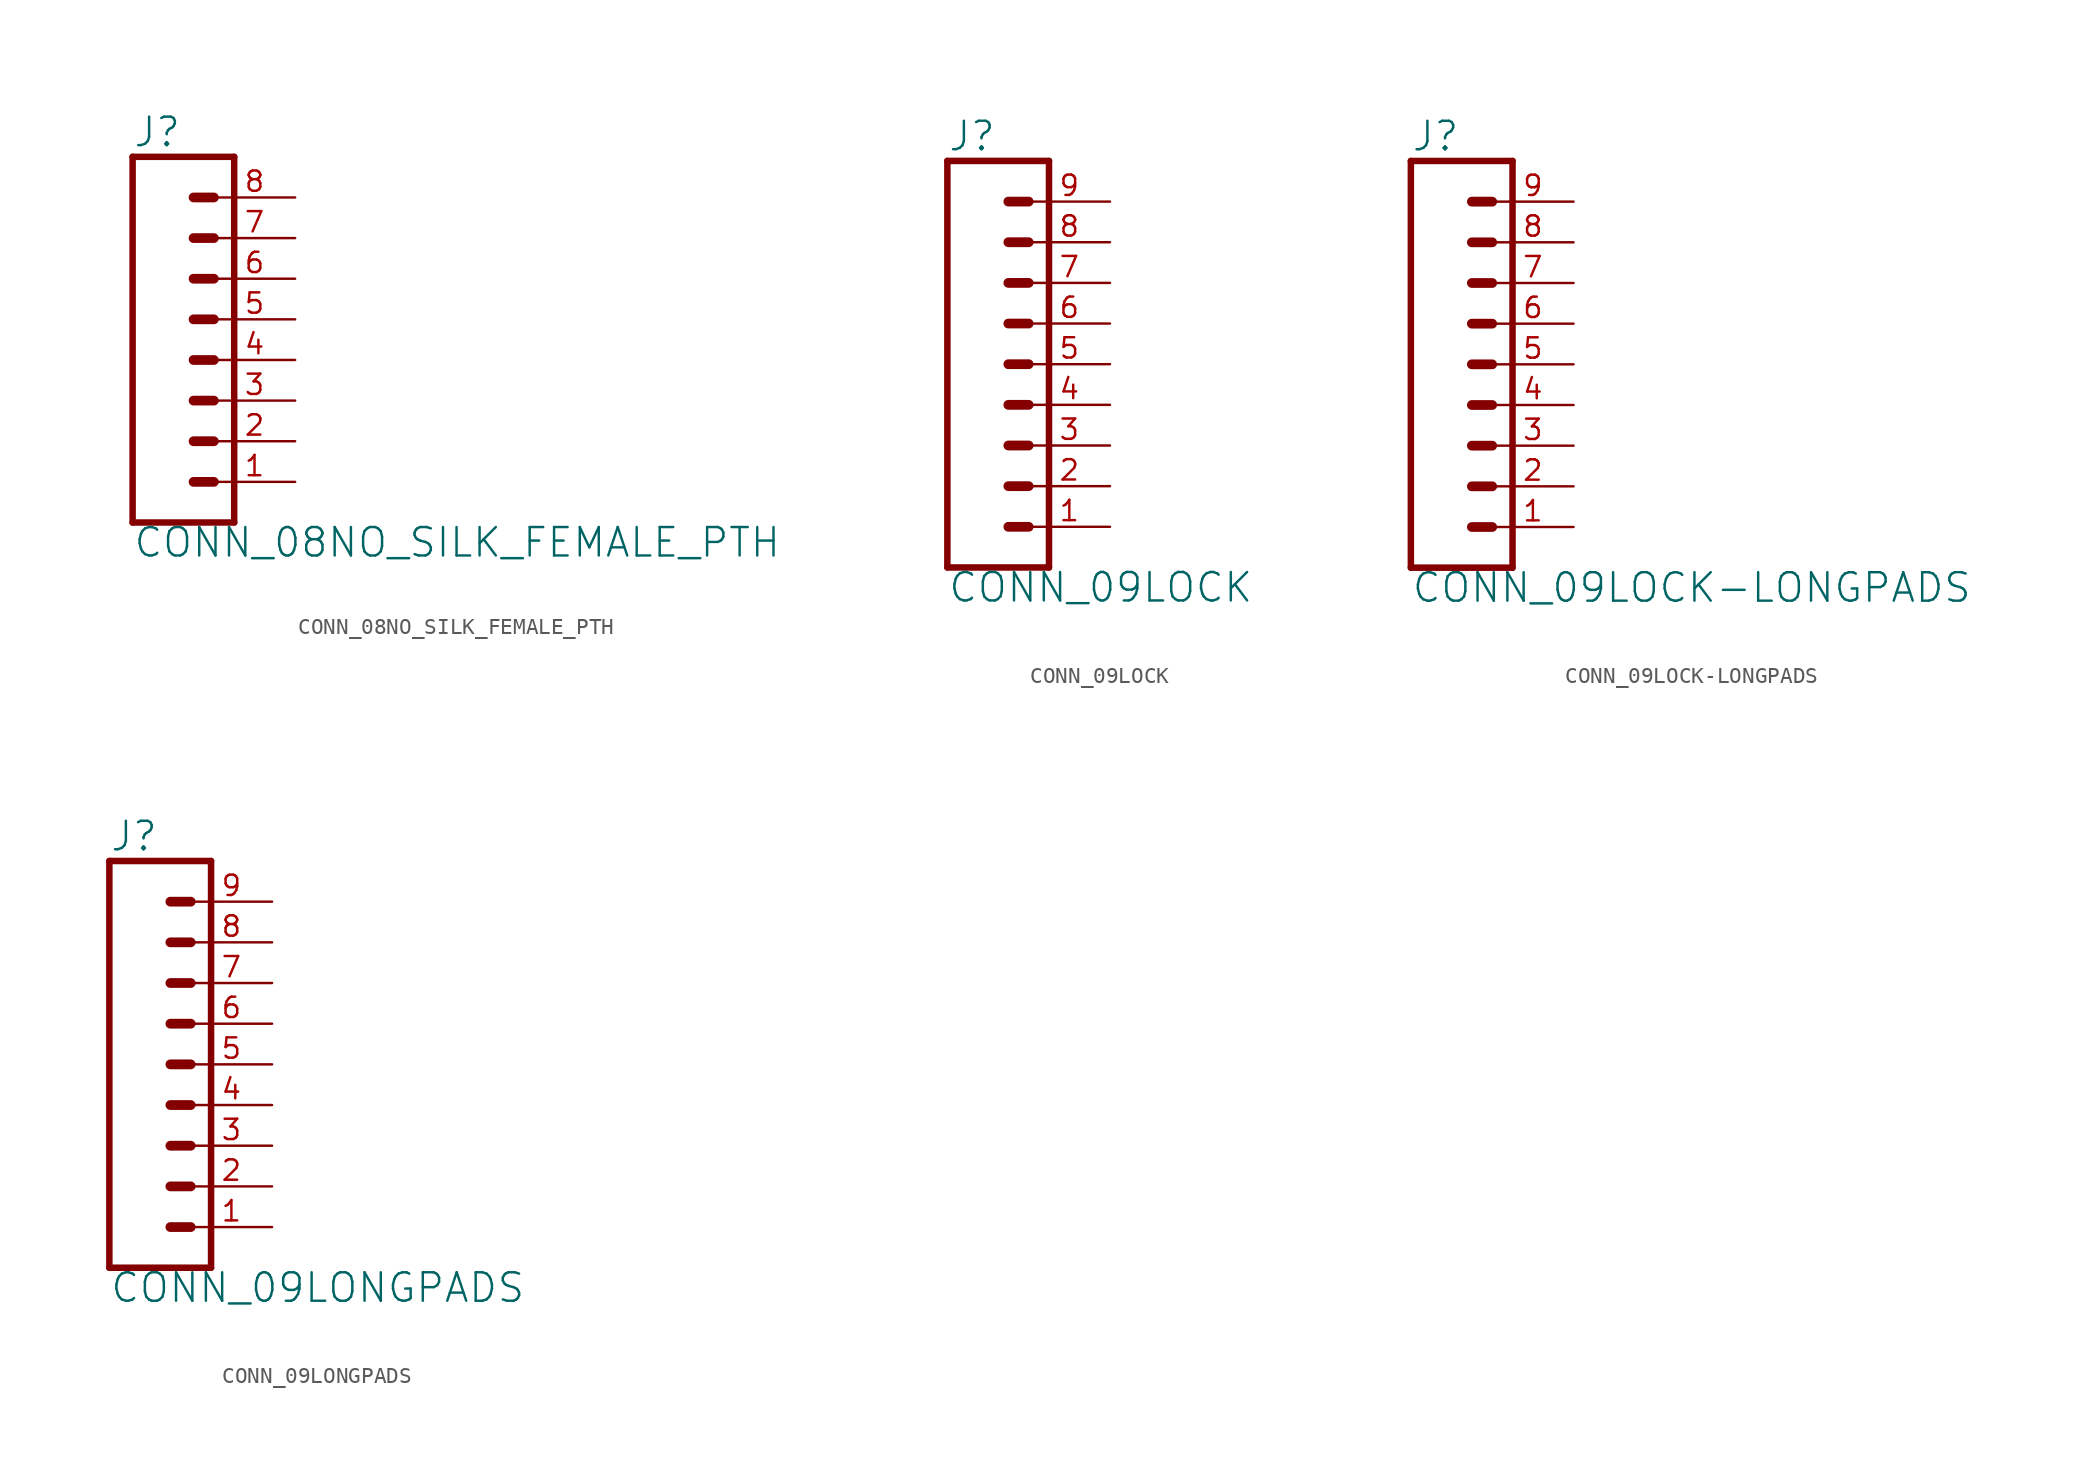
<source format=kicad_sym>
(kicad_symbol_lib
  (version 20211014)
  (generator kicad_symbol_editor)
  (symbol "CONN_08NO_SILK_FEMALE_PTH"
    (property "Reference" "J"
      (at -5.08 13.208 0)
      (effects (font (size 1.778 1.778)) (justify left bottom)))
    (property "Value" "CONN_08NO_SILK_FEMALE_PTH"
      (at -5.08 -12.446 0)
      (effects (font (size 1.778 1.778)) (justify left bottom)))
    (property "ki_locked" ""
      (at 0 0 0)
      (effects (font (size 1.27 1.27))))
    (symbol "CONN_08NO_SILK_FEMALE_PTH_1_0"
      (polyline (pts (xy -5.08 12.7) (xy -5.08 -10.16)) (stroke (width 0.406) (type default) (color 0 0 0 0)) (fill (type none)))
      (polyline (pts (xy -5.08 12.7) (xy 1.27 12.7)) (stroke (width 0.406) (type default) (color 0 0 0 0)) (fill (type none)))
      (polyline (pts (xy -1.27 -7.62) (xy 0 -7.62)) (stroke (width 0.61) (type default) (color 0 0 0 0)) (fill (type none)))
      (polyline (pts (xy -1.27 -5.08) (xy 0 -5.08)) (stroke (width 0.61) (type default) (color 0 0 0 0)) (fill (type none)))
      (polyline (pts (xy -1.27 -2.54) (xy 0 -2.54)) (stroke (width 0.61) (type default) (color 0 0 0 0)) (fill (type none)))
      (polyline (pts (xy -1.27 0) (xy 0 0)) (stroke (width 0.61) (type default) (color 0 0 0 0)) (fill (type none)))
      (polyline (pts (xy -1.27 2.54) (xy 0 2.54)) (stroke (width 0.61) (type default) (color 0 0 0 0)) (fill (type none)))
      (polyline (pts (xy -1.27 5.08) (xy 0 5.08)) (stroke (width 0.61) (type default) (color 0 0 0 0)) (fill (type none)))
      (polyline (pts (xy -1.27 7.62) (xy 0 7.62)) (stroke (width 0.61) (type default) (color 0 0 0 0)) (fill (type none)))
      (polyline (pts (xy -1.27 10.16) (xy 0 10.16)) (stroke (width 0.61) (type default) (color 0 0 0 0)) (fill (type none)))
      (polyline (pts (xy 1.27 -10.16) (xy -5.08 -10.16)) (stroke (width 0.406) (type default) (color 0 0 0 0)) (fill (type none)))
      (polyline (pts (xy 1.27 -10.16) (xy 1.27 12.7)) (stroke (width 0.406) (type default) (color 0 0 0 0)) (fill (type none)))
      (pin passive line (at 5.08 -7.62 180) (length 5.08) (name "1" (effects (font (size 0 0)))) (number "1" (effects (font (size 1.27 1.27)))))
      (pin passive line (at 5.08 -5.08 180) (length 5.08) (name "2" (effects (font (size 0 0)))) (number "2" (effects (font (size 1.27 1.27)))))
      (pin passive line (at 5.08 -2.54 180) (length 5.08) (name "3" (effects (font (size 0 0)))) (number "3" (effects (font (size 1.27 1.27)))))
      (pin passive line (at 5.08 0 180) (length 5.08) (name "4" (effects (font (size 0 0)))) (number "4" (effects (font (size 1.27 1.27)))))
      (pin passive line (at 5.08 2.54 180) (length 5.08) (name "5" (effects (font (size 0 0)))) (number "5" (effects (font (size 1.27 1.27)))))
      (pin passive line (at 5.08 5.08 180) (length 5.08) (name "6" (effects (font (size 0 0)))) (number "6" (effects (font (size 1.27 1.27)))))
      (pin passive line (at 5.08 7.62 180) (length 5.08) (name "7" (effects (font (size 0 0)))) (number "7" (effects (font (size 1.27 1.27)))))
      (pin passive line (at 5.08 10.16 180) (length 5.08) (name "8" (effects (font (size 0 0)))) (number "8" (effects (font (size 1.27 1.27)))))))
  (symbol "CONN_09LOCK"
    (property "Reference" "J"
      (at 0 13.208 0)
      (effects (font (size 1.778 1.778)) (justify left bottom)))
    (property "Value" "CONN_09LOCK"
      (at 0 -14.986 0)
      (effects (font (size 1.778 1.778)) (justify left bottom)))
    (property "ki_locked" ""
      (at 0 0 0)
      (effects (font (size 1.27 1.27))))
    (symbol "CONN_09LOCK_1_0"
      (polyline (pts (xy 0 12.7) (xy 0 -12.7)) (stroke (width 0.406) (type default) (color 0 0 0 0)) (fill (type none)))
      (polyline (pts (xy 0 12.7) (xy 6.35 12.7)) (stroke (width 0.406) (type default) (color 0 0 0 0)) (fill (type none)))
      (polyline (pts (xy 3.81 -10.16) (xy 5.08 -10.16)) (stroke (width 0.61) (type default) (color 0 0 0 0)) (fill (type none)))
      (polyline (pts (xy 3.81 -7.62) (xy 5.08 -7.62)) (stroke (width 0.61) (type default) (color 0 0 0 0)) (fill (type none)))
      (polyline (pts (xy 3.81 -5.08) (xy 5.08 -5.08)) (stroke (width 0.61) (type default) (color 0 0 0 0)) (fill (type none)))
      (polyline (pts (xy 3.81 -2.54) (xy 5.08 -2.54)) (stroke (width 0.61) (type default) (color 0 0 0 0)) (fill (type none)))
      (polyline (pts (xy 3.81 0) (xy 5.08 0)) (stroke (width 0.61) (type default) (color 0 0 0 0)) (fill (type none)))
      (polyline (pts (xy 3.81 2.54) (xy 5.08 2.54)) (stroke (width 0.61) (type default) (color 0 0 0 0)) (fill (type none)))
      (polyline (pts (xy 3.81 5.08) (xy 5.08 5.08)) (stroke (width 0.61) (type default) (color 0 0 0 0)) (fill (type none)))
      (polyline (pts (xy 3.81 7.62) (xy 5.08 7.62)) (stroke (width 0.61) (type default) (color 0 0 0 0)) (fill (type none)))
      (polyline (pts (xy 3.81 10.16) (xy 5.08 10.16)) (stroke (width 0.61) (type default) (color 0 0 0 0)) (fill (type none)))
      (polyline (pts (xy 6.35 -12.7) (xy 0 -12.7)) (stroke (width 0.406) (type default) (color 0 0 0 0)) (fill (type none)))
      (polyline (pts (xy 6.35 -12.7) (xy 6.35 12.7)) (stroke (width 0.406) (type default) (color 0 0 0 0)) (fill (type none)))
      (pin passive line (at 10.16 -10.16 180) (length 5.08) (name "1" (effects (font (size 0 0)))) (number "1" (effects (font (size 1.27 1.27)))))
      (pin passive line (at 10.16 -7.62 180) (length 5.08) (name "2" (effects (font (size 0 0)))) (number "2" (effects (font (size 1.27 1.27)))))
      (pin passive line (at 10.16 -5.08 180) (length 5.08) (name "3" (effects (font (size 0 0)))) (number "3" (effects (font (size 1.27 1.27)))))
      (pin passive line (at 10.16 -2.54 180) (length 5.08) (name "4" (effects (font (size 0 0)))) (number "4" (effects (font (size 1.27 1.27)))))
      (pin passive line (at 10.16 0 180) (length 5.08) (name "5" (effects (font (size 0 0)))) (number "5" (effects (font (size 1.27 1.27)))))
      (pin passive line (at 10.16 2.54 180) (length 5.08) (name "6" (effects (font (size 0 0)))) (number "6" (effects (font (size 1.27 1.27)))))
      (pin passive line (at 10.16 5.08 180) (length 5.08) (name "7" (effects (font (size 0 0)))) (number "7" (effects (font (size 1.27 1.27)))))
      (pin passive line (at 10.16 7.62 180) (length 5.08) (name "8" (effects (font (size 0 0)))) (number "8" (effects (font (size 1.27 1.27)))))
      (pin passive line (at 10.16 10.16 180) (length 5.08) (name "9" (effects (font (size 0 0)))) (number "9" (effects (font (size 1.27 1.27)))))))
  (symbol "CONN_09LOCK-LONGPADS"
    (property "Reference" "J"
      (at 0 13.208 0)
      (effects (font (size 1.778 1.778)) (justify left bottom)))
    (property "Value" "CONN_09LOCK-LONGPADS"
      (at 0 -14.986 0)
      (effects (font (size 1.778 1.778)) (justify left bottom)))
    (property "ki_locked" ""
      (at 0 0 0)
      (effects (font (size 1.27 1.27))))
    (symbol "CONN_09LOCK-LONGPADS_1_0"
      (polyline (pts (xy 0 12.7) (xy 0 -12.7)) (stroke (width 0.406) (type default) (color 0 0 0 0)) (fill (type none)))
      (polyline (pts (xy 0 12.7) (xy 6.35 12.7)) (stroke (width 0.406) (type default) (color 0 0 0 0)) (fill (type none)))
      (polyline (pts (xy 3.81 -10.16) (xy 5.08 -10.16)) (stroke (width 0.61) (type default) (color 0 0 0 0)) (fill (type none)))
      (polyline (pts (xy 3.81 -7.62) (xy 5.08 -7.62)) (stroke (width 0.61) (type default) (color 0 0 0 0)) (fill (type none)))
      (polyline (pts (xy 3.81 -5.08) (xy 5.08 -5.08)) (stroke (width 0.61) (type default) (color 0 0 0 0)) (fill (type none)))
      (polyline (pts (xy 3.81 -2.54) (xy 5.08 -2.54)) (stroke (width 0.61) (type default) (color 0 0 0 0)) (fill (type none)))
      (polyline (pts (xy 3.81 0) (xy 5.08 0)) (stroke (width 0.61) (type default) (color 0 0 0 0)) (fill (type none)))
      (polyline (pts (xy 3.81 2.54) (xy 5.08 2.54)) (stroke (width 0.61) (type default) (color 0 0 0 0)) (fill (type none)))
      (polyline (pts (xy 3.81 5.08) (xy 5.08 5.08)) (stroke (width 0.61) (type default) (color 0 0 0 0)) (fill (type none)))
      (polyline (pts (xy 3.81 7.62) (xy 5.08 7.62)) (stroke (width 0.61) (type default) (color 0 0 0 0)) (fill (type none)))
      (polyline (pts (xy 3.81 10.16) (xy 5.08 10.16)) (stroke (width 0.61) (type default) (color 0 0 0 0)) (fill (type none)))
      (polyline (pts (xy 6.35 -12.7) (xy 0 -12.7)) (stroke (width 0.406) (type default) (color 0 0 0 0)) (fill (type none)))
      (polyline (pts (xy 6.35 -12.7) (xy 6.35 12.7)) (stroke (width 0.406) (type default) (color 0 0 0 0)) (fill (type none)))
      (pin passive line (at 10.16 -10.16 180) (length 5.08) (name "1" (effects (font (size 0 0)))) (number "1" (effects (font (size 1.27 1.27)))))
      (pin passive line (at 10.16 -7.62 180) (length 5.08) (name "2" (effects (font (size 0 0)))) (number "2" (effects (font (size 1.27 1.27)))))
      (pin passive line (at 10.16 -5.08 180) (length 5.08) (name "3" (effects (font (size 0 0)))) (number "3" (effects (font (size 1.27 1.27)))))
      (pin passive line (at 10.16 -2.54 180) (length 5.08) (name "4" (effects (font (size 0 0)))) (number "4" (effects (font (size 1.27 1.27)))))
      (pin passive line (at 10.16 0 180) (length 5.08) (name "5" (effects (font (size 0 0)))) (number "5" (effects (font (size 1.27 1.27)))))
      (pin passive line (at 10.16 2.54 180) (length 5.08) (name "6" (effects (font (size 0 0)))) (number "6" (effects (font (size 1.27 1.27)))))
      (pin passive line (at 10.16 5.08 180) (length 5.08) (name "7" (effects (font (size 0 0)))) (number "7" (effects (font (size 1.27 1.27)))))
      (pin passive line (at 10.16 7.62 180) (length 5.08) (name "8" (effects (font (size 0 0)))) (number "8" (effects (font (size 1.27 1.27)))))
      (pin passive line (at 10.16 10.16 180) (length 5.08) (name "9" (effects (font (size 0 0)))) (number "9" (effects (font (size 1.27 1.27)))))))
  (symbol "CONN_09LONGPADS"
    (property "Reference" "J"
      (at 0 13.208 0)
      (effects (font (size 1.778 1.778)) (justify left bottom)))
    (property "Value" "CONN_09LONGPADS"
      (at 0 -14.986 0)
      (effects (font (size 1.778 1.778)) (justify left bottom)))
    (property "ki_locked" ""
      (at 0 0 0)
      (effects (font (size 1.27 1.27))))
    (symbol "CONN_09LONGPADS_1_0"
      (polyline (pts (xy 0 12.7) (xy 0 -12.7)) (stroke (width 0.406) (type default) (color 0 0 0 0)) (fill (type none)))
      (polyline (pts (xy 0 12.7) (xy 6.35 12.7)) (stroke (width 0.406) (type default) (color 0 0 0 0)) (fill (type none)))
      (polyline (pts (xy 3.81 -10.16) (xy 5.08 -10.16)) (stroke (width 0.61) (type default) (color 0 0 0 0)) (fill (type none)))
      (polyline (pts (xy 3.81 -7.62) (xy 5.08 -7.62)) (stroke (width 0.61) (type default) (color 0 0 0 0)) (fill (type none)))
      (polyline (pts (xy 3.81 -5.08) (xy 5.08 -5.08)) (stroke (width 0.61) (type default) (color 0 0 0 0)) (fill (type none)))
      (polyline (pts (xy 3.81 -2.54) (xy 5.08 -2.54)) (stroke (width 0.61) (type default) (color 0 0 0 0)) (fill (type none)))
      (polyline (pts (xy 3.81 0) (xy 5.08 0)) (stroke (width 0.61) (type default) (color 0 0 0 0)) (fill (type none)))
      (polyline (pts (xy 3.81 2.54) (xy 5.08 2.54)) (stroke (width 0.61) (type default) (color 0 0 0 0)) (fill (type none)))
      (polyline (pts (xy 3.81 5.08) (xy 5.08 5.08)) (stroke (width 0.61) (type default) (color 0 0 0 0)) (fill (type none)))
      (polyline (pts (xy 3.81 7.62) (xy 5.08 7.62)) (stroke (width 0.61) (type default) (color 0 0 0 0)) (fill (type none)))
      (polyline (pts (xy 3.81 10.16) (xy 5.08 10.16)) (stroke (width 0.61) (type default) (color 0 0 0 0)) (fill (type none)))
      (polyline (pts (xy 6.35 -12.7) (xy 0 -12.7)) (stroke (width 0.406) (type default) (color 0 0 0 0)) (fill (type none)))
      (polyline (pts (xy 6.35 -12.7) (xy 6.35 12.7)) (stroke (width 0.406) (type default) (color 0 0 0 0)) (fill (type none)))
      (pin passive line (at 10.16 -10.16 180) (length 5.08) (name "1" (effects (font (size 0 0)))) (number "1" (effects (font (size 1.27 1.27)))))
      (pin passive line (at 10.16 -7.62 180) (length 5.08) (name "2" (effects (font (size 0 0)))) (number "2" (effects (font (size 1.27 1.27)))))
      (pin passive line (at 10.16 -5.08 180) (length 5.08) (name "3" (effects (font (size 0 0)))) (number "3" (effects (font (size 1.27 1.27)))))
      (pin passive line (at 10.16 -2.54 180) (length 5.08) (name "4" (effects (font (size 0 0)))) (number "4" (effects (font (size 1.27 1.27)))))
      (pin passive line (at 10.16 0 180) (length 5.08) (name "5" (effects (font (size 0 0)))) (number "5" (effects (font (size 1.27 1.27)))))
      (pin passive line (at 10.16 2.54 180) (length 5.08) (name "6" (effects (font (size 0 0)))) (number "6" (effects (font (size 1.27 1.27)))))
      (pin passive line (at 10.16 5.08 180) (length 5.08) (name "7" (effects (font (size 0 0)))) (number "7" (effects (font (size 1.27 1.27)))))
      (pin passive line (at 10.16 7.62 180) (length 5.08) (name "8" (effects (font (size 0 0)))) (number "8" (effects (font (size 1.27 1.27)))))
      (pin passive line (at 10.16 10.16 180) (length 5.08) (name "9" (effects (font (size 0 0)))) (number "9" (effects (font (size 1.27 1.27))))))))
</source>
